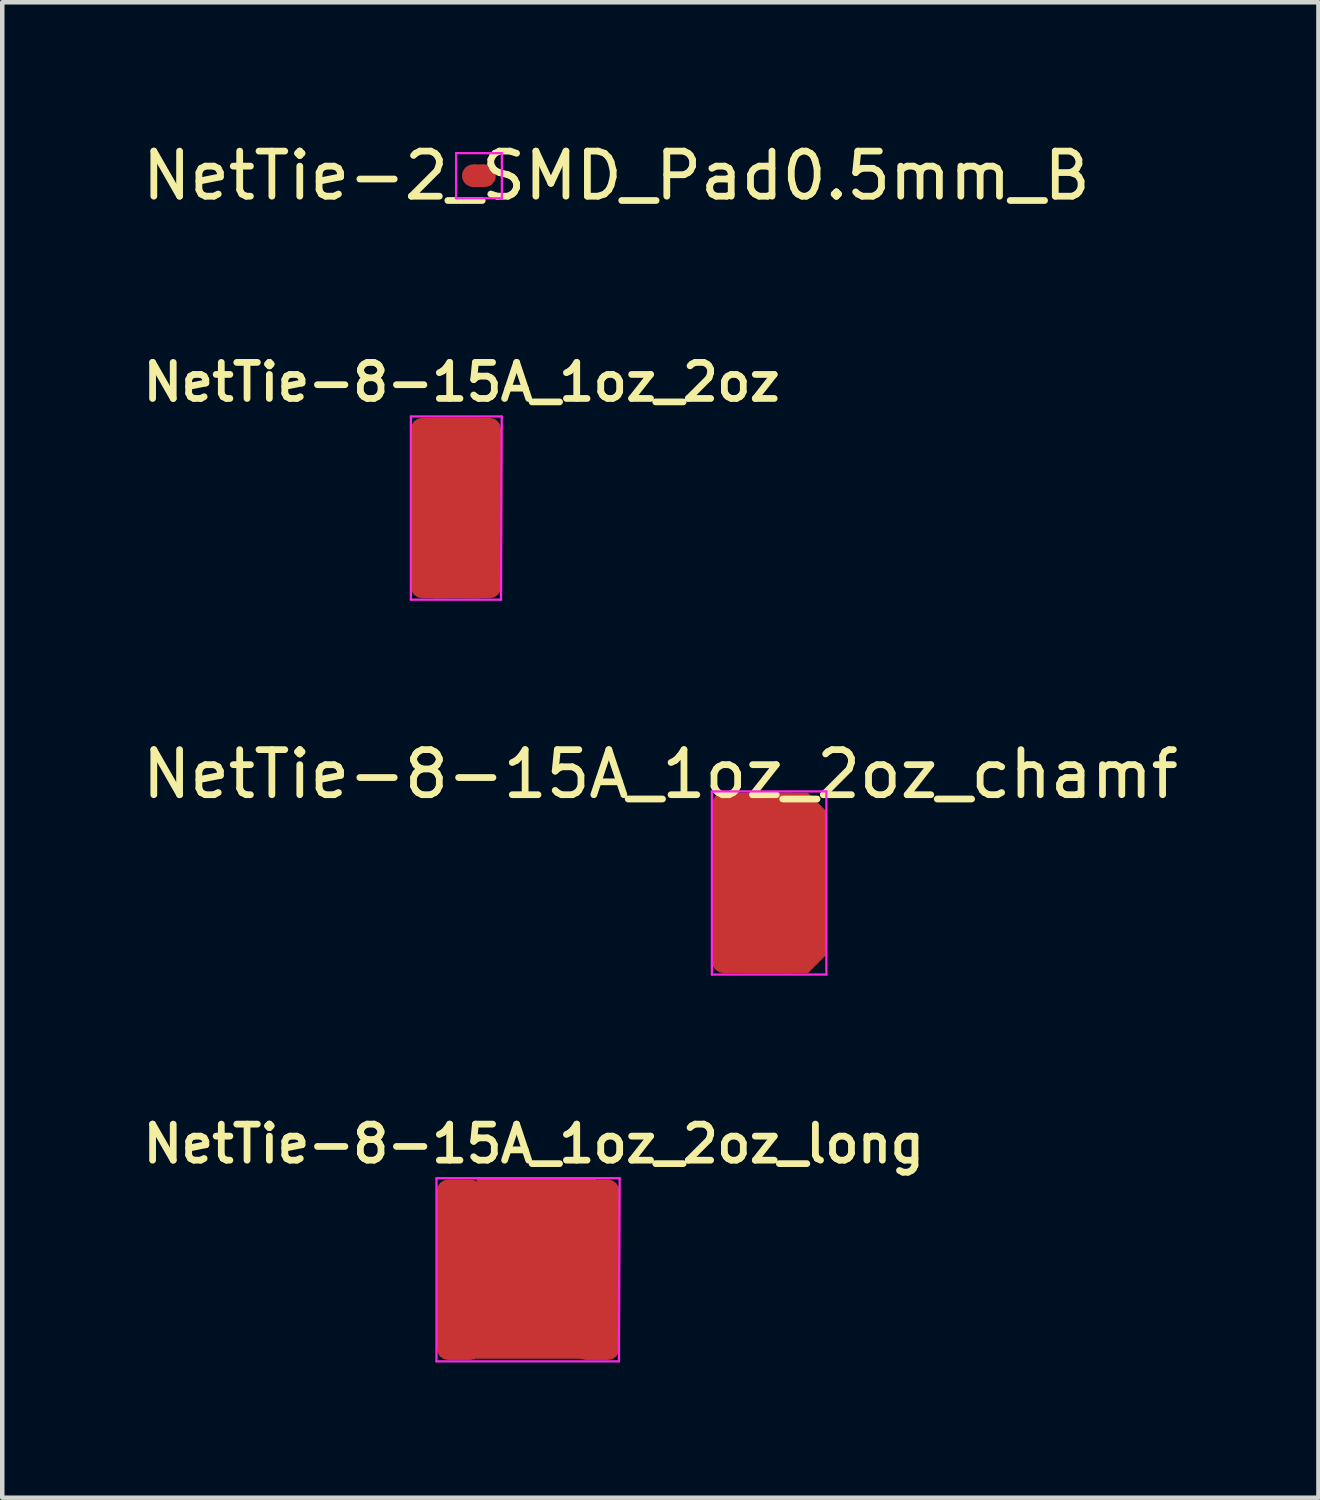
<source format=kicad_pcb>
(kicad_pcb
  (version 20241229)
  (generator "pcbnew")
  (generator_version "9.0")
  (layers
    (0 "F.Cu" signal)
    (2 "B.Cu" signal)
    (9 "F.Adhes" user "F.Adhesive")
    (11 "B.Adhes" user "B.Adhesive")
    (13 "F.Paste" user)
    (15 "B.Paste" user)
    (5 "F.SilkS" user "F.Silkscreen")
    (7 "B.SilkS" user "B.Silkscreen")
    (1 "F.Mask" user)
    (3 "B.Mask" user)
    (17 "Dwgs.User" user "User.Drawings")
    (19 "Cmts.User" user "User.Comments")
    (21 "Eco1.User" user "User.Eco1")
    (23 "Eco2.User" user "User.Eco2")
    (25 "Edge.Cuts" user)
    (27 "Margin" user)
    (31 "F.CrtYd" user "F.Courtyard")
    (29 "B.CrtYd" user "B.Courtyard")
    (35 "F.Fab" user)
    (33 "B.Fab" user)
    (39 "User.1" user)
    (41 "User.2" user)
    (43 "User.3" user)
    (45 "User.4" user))
  (footprint "NetTie-8-15A_1oz_2oz_chamf"
    (layer "F.Cu")
    (at 14.014 16.54)
    (property "Reference" "NetTie-8-15A_1oz_2oz_chamf" (at -2.413 -2.413 0) (layer "F.SilkS") (effects (font (size 1 1) (thickness 0.15))))
    (attr exclude_from_pos_files exclude_from_bom)
    (fp_poly (pts (xy -0.492 -2.003) (xy 0.508 -2.003) (xy 0.508 2.003) (xy -0.492 2.003)) (stroke (width 0) (type solid)) (fill yes) (layer "F.Cu"))
    (fp_line (start -1.27 -2.032) (end -1.27 2.032) (stroke (width 0.05) (type solid)) (layer "F.CrtYd"))
    (fp_line (start -1.27 -2.032) (end 1.27 -2.032) (stroke (width 0.05) (type solid)) (layer "F.CrtYd"))
    (fp_line (start -1.27 2.032) (end 1.27 2.032) (stroke (width 0.05) (type solid)) (layer "F.CrtYd"))
    (fp_line (start 1.27 2.032) (end 1.27 -2.032) (stroke (width 0.05) (type solid)) (layer "F.CrtYd"))
    (pad "1" smd roundrect (at -0.762 0) (size 1 4) (layers "F.Cu") (roundrect_rratio 0.25))
    (pad "2" smd roundrect (at 0.762 0) (size 1 4) (layers "F.Cu") (roundrect_rratio 0.12) (chamfer_ratio 0.4) (chamfer top_right bottom_right)))
  (footprint "NetTie-8-15A_1oz_2oz"
    (layer "F.Cu")
    (at 7.066 8.222)
    (property "Reference" "NetTie-8-15A_1oz_2oz" (at 0.127 -2.794 0) (layer "F.SilkS") (effects (font (size 0.8 0.8) (thickness 0.15))))
    (attr exclude_from_pos_files exclude_from_bom)
    (fp_poly (pts (xy -0.492 -2.003) (xy 0.508 -2.003) (xy 0.508 2.003) (xy -0.492 2.003)) (stroke (width 0) (type solid)) (fill yes) (layer "F.Cu"))
    (fp_line (start -1 -2.032) (end -1 2.032) (stroke (width 0.05) (type solid)) (layer "F.CrtYd"))
    (fp_line (start -1 -2.032) (end 1.016 -2.032) (stroke (width 0.05) (type solid)) (layer "F.CrtYd"))
    (fp_line (start -1 2.032) (end 1 2.032) (stroke (width 0.05) (type solid)) (layer "F.CrtYd"))
    (fp_line (start 1 2.032) (end 1.016 -2.032) (stroke (width 0.05) (type solid)) (layer "F.CrtYd"))
    (pad "1" smd roundrect (at -0.5 0) (size 1 4) (layers "F.Cu") (roundrect_rratio 0.25))
    (pad "2" smd roundrect (at 0.5 0) (size 1 4) (layers "F.Cu") (roundrect_rratio 0.25)))
  (footprint "NetTie-2_SMD_Pad0.5mm_B"
    (layer "F.Cu")
    (at 7.45 0.848)
    (property "Reference" "NetTie-2_SMD_Pad0.5mm_B" (at 3.175 0 0) (layer "F.SilkS") (effects (font (size 1 1) (thickness 0.15))))
    (attr exclude_from_pos_files exclude_from_bom)
    (fp_poly (pts (xy 0 -0.25) (xy 0.25 -0.25) (xy 0.25 0.25) (xy 0 0.25)) (stroke (width 0) (type solid)) (fill yes) (layer "F.Cu"))
    (fp_line (start -0.381 -0.5) (end -0.381 0.5) (stroke (width 0.05) (type solid)) (layer "F.CrtYd"))
    (fp_line (start -0.381 0.5) (end 0.635 0.5) (stroke (width 0.05) (type solid)) (layer "F.CrtYd"))
    (fp_line (start 0.635 -0.5) (end -0.381 -0.5) (stroke (width 0.05) (type solid)) (layer "F.CrtYd"))
    (fp_line (start 0.635 0.5) (end 0.635 -0.5) (stroke (width 0.05) (type solid)) (layer "F.CrtYd"))
    (pad "1" smd circle (at 0 0) (size 0.5 0.5) (layers "F.Cu"))
    (pad "2" smd circle (at 0.25 0) (size 0.5 0.5) (layers "F.Cu")))
  (footprint "NetTie-8-15A_1oz_2oz_long"
    (layer "F.Cu")
    (at 8.666 25.122)
    (property "Reference" "NetTie-8-15A_1oz_2oz_long" (at 0.127 -2.794 0) (layer "F.SilkS") (effects (font (size 0.8 0.8) (thickness 0.15))))
    (attr exclude_from_pos_files exclude_from_bom)
    (fp_poly (pts (xy -1.143 -2.032) (xy 1.508 -2.032) (xy 1.508 1.973) (xy -1.143 1.973)) (stroke (width 0) (type solid)) (fill yes) (layer "F.Cu"))
    (fp_line (start -2.032 -2.032) (end -2.032 2.032) (stroke (width 0.05) (type solid)) (layer "F.CrtYd"))
    (fp_line (start -2.032 -2.032) (end 2.032 -2.032) (stroke (width 0.05) (type solid)) (layer "F.CrtYd"))
    (fp_line (start -2.032 2.032) (end 2.016 2.032) (stroke (width 0.05) (type solid)) (layer "F.CrtYd"))
    (fp_line (start 2.016 2.032) (end 2.032 -2.032) (stroke (width 0.05) (type solid)) (layer "F.CrtYd"))
    (pad "1" smd roundrect (at -1.524 0) (size 1 4) (layers "F.Cu") (roundrect_rratio 0.25))
    (pad "2" smd roundrect (at 1.524 0) (size 1 4) (layers "F.Cu") (roundrect_rratio 0.25)))
  (gr_rect
    (start -3 -3)
    (end 26.202 30.179)
    (stroke (width 0.1) (type default))
    (fill no)
    (layer "Edge.Cuts")))
</source>
